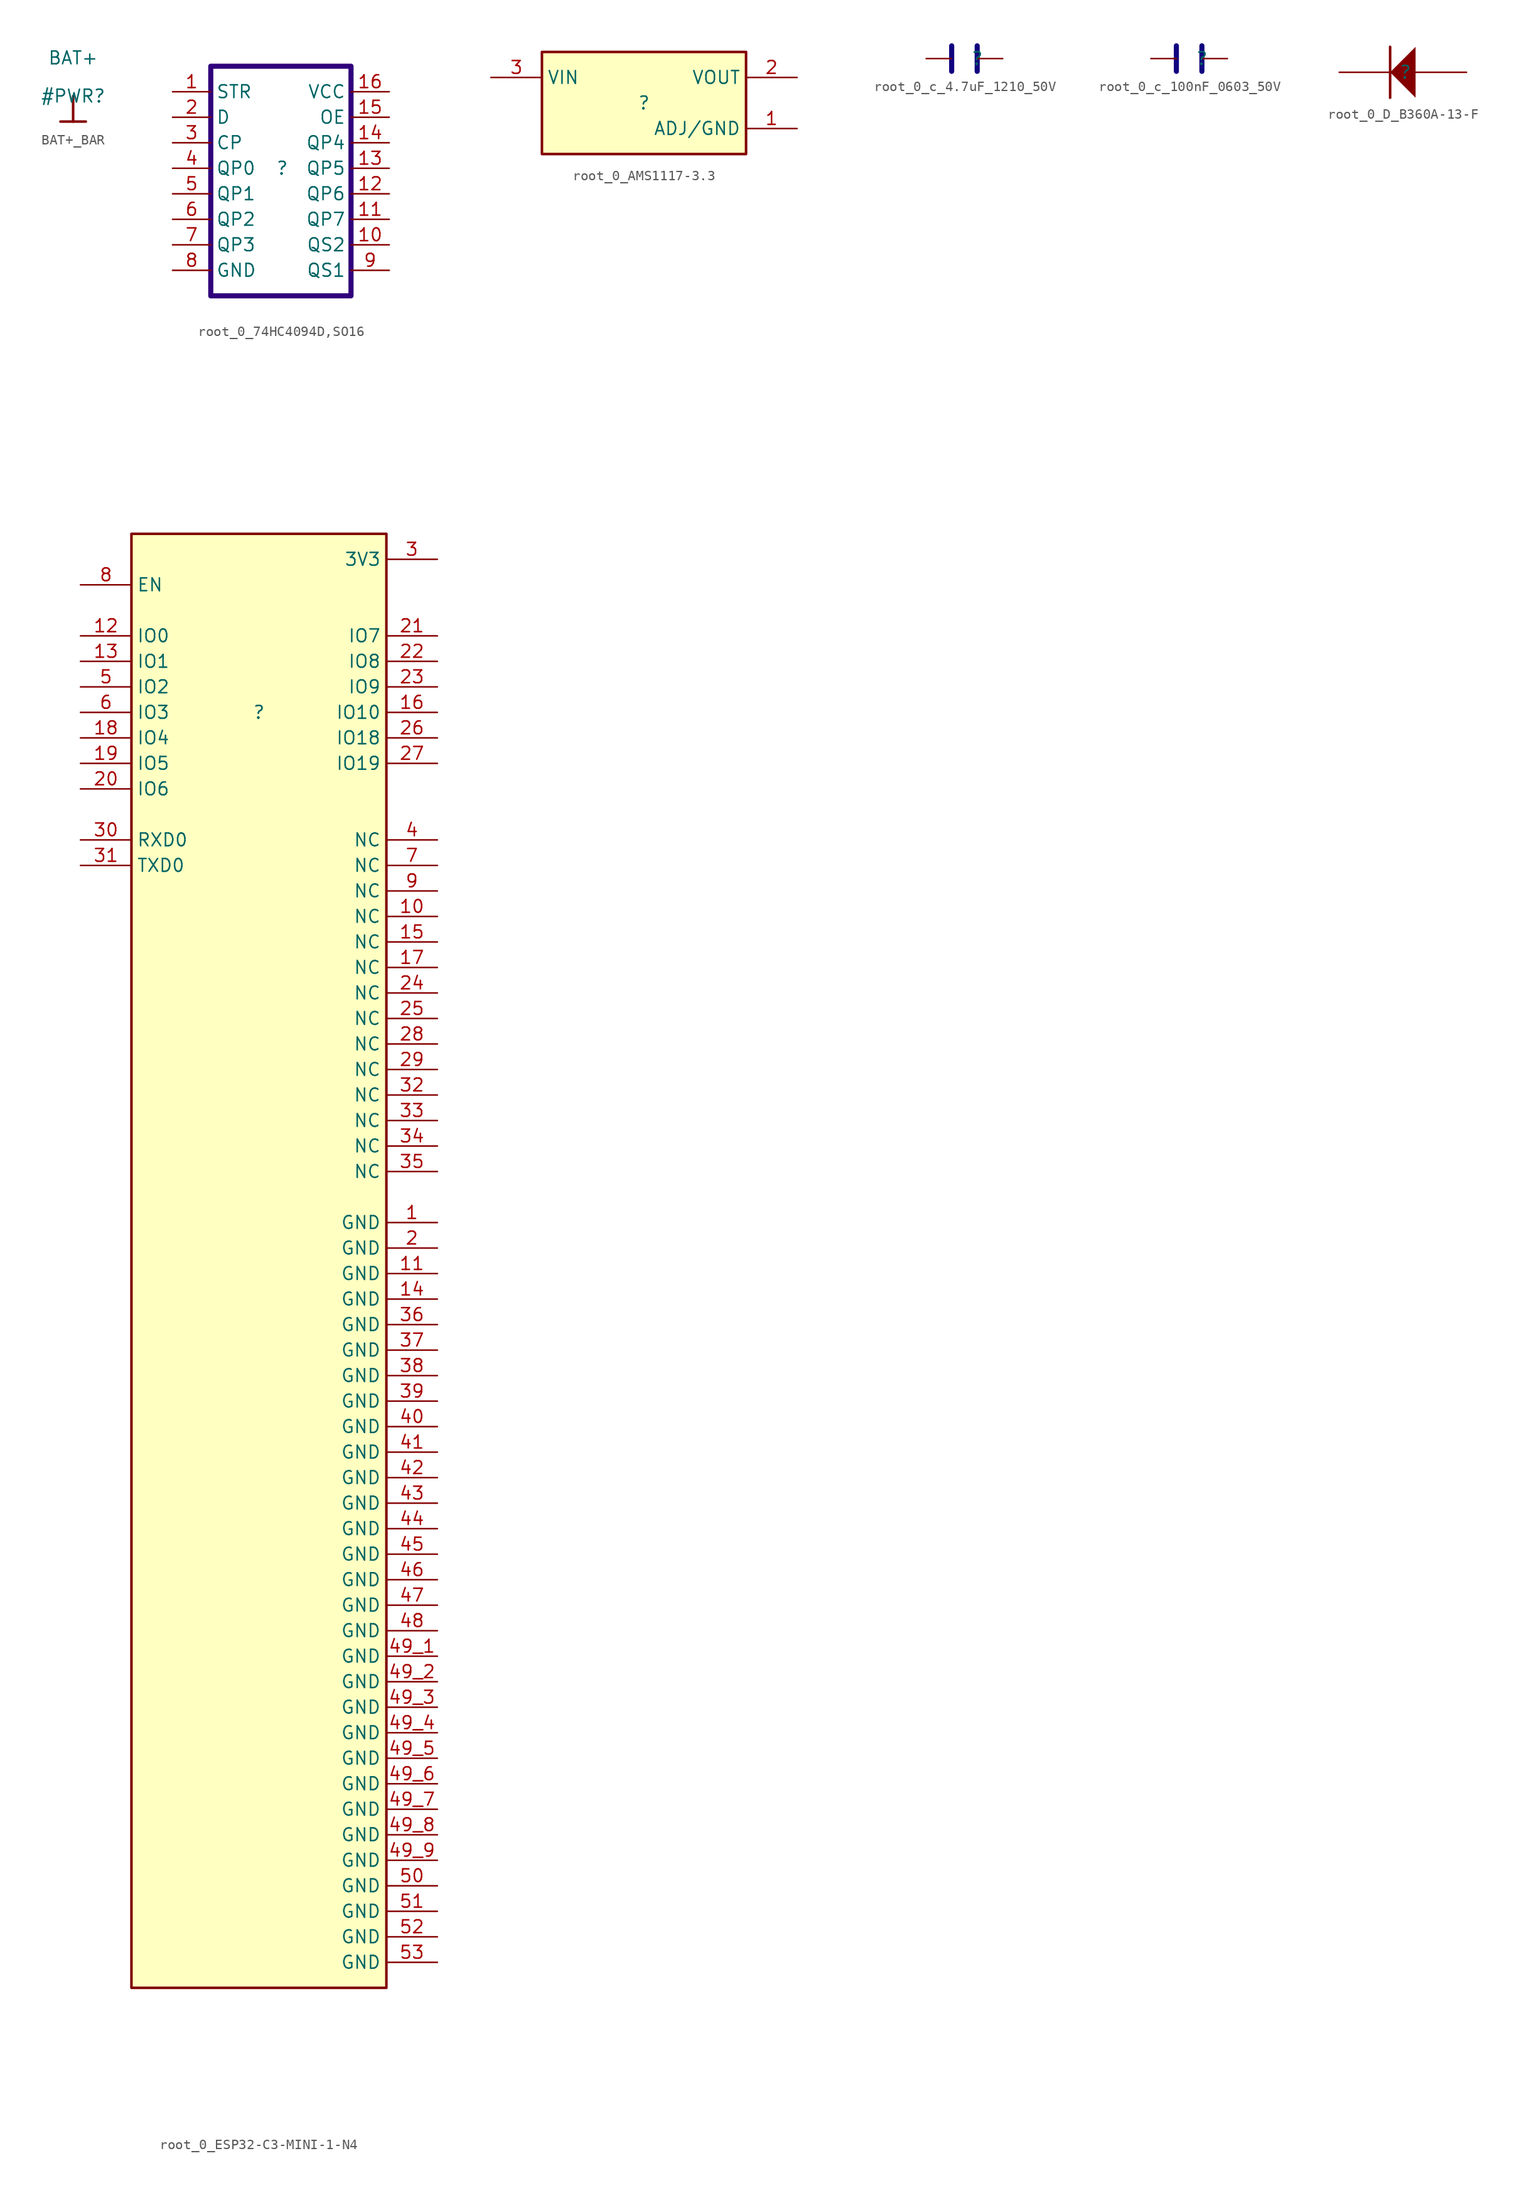
<source format=kicad_sym>
(kicad_symbol_lib
  (version 20231120)
  (generator "kicad_symbol_editor")
  (generator_version "8.0")
  (symbol "BAT+_BAR"
    (power)
    (property "Reference" "#PWR"
      (at 0 0 0)
      (effects (font (size 1.27 1.27))))
    (property "Value" "BAT+"
      (at 0 3.81 0)
      (effects (font (size 1.27 1.27))))
    (symbol "BAT+_BAR_0_0"
      (polyline (pts (xy -1.27 -2.54) (xy 1.27 -2.54)) (stroke (width 0.254) (type solid)) (fill (type none)))
      (polyline (pts (xy 0 0) (xy 0 -2.54)) (stroke (width 0.254) (type solid)) (fill (type none)))
      (pin power_in line (at 0 0 0) (length 0) hide (name "BAT+" (effects (font (size 1.27 1.27)))) (number "" (effects (font (size 1.27 1.27)))))))
  (symbol "root_0_74HC4094D,SO16"
    (property "Reference" ""
      (at 0 0 0)
      (effects (font (size 1.27 1.27))))
    (property "Value" ""
      (at 0 0 0)
      (effects (font (size 1.27 1.27))))
    (symbol "root_0_74HC4094D,SO16_1_0"
      (polyline (pts (xy 6.858 10.16) (xy 6.858 -12.7) (xy -7.112 -12.7) (xy -7.112 10.16) (xy 6.858 10.16)) (stroke (width 0.508) (type solid) (color 48 0 123 1)) (fill (type none)))
      (pin passive line (at -10.922 7.62 0) (length 3.81) (name "STR" (effects (font (size 1.27 1.27)))) (number "1" (effects (font (size 1.27 1.27)))))
      (pin passive line (at 10.668 -7.62 180) (length 3.81) (name "QS2" (effects (font (size 1.27 1.27)))) (number "10" (effects (font (size 1.27 1.27)))))
      (pin passive line (at 10.668 -5.08 180) (length 3.81) (name "QP7" (effects (font (size 1.27 1.27)))) (number "11" (effects (font (size 1.27 1.27)))))
      (pin passive line (at 10.668 -2.54 180) (length 3.81) (name "QP6" (effects (font (size 1.27 1.27)))) (number "12" (effects (font (size 1.27 1.27)))))
      (pin passive line (at 10.668 0 180) (length 3.81) (name "QP5" (effects (font (size 1.27 1.27)))) (number "13" (effects (font (size 1.27 1.27)))))
      (pin passive line (at 10.668 2.54 180) (length 3.81) (name "QP4" (effects (font (size 1.27 1.27)))) (number "14" (effects (font (size 1.27 1.27)))))
      (pin passive line (at 10.668 5.08 180) (length 3.81) (name "OE" (effects (font (size 1.27 1.27)))) (number "15" (effects (font (size 1.27 1.27)))))
      (pin passive line (at 10.668 7.62 180) (length 3.81) (name "VCC" (effects (font (size 1.27 1.27)))) (number "16" (effects (font (size 1.27 1.27)))))
      (pin passive line (at -10.922 5.08 0) (length 3.81) (name "D" (effects (font (size 1.27 1.27)))) (number "2" (effects (font (size 1.27 1.27)))))
      (pin passive line (at -10.922 2.54 0) (length 3.81) (name "CP" (effects (font (size 1.27 1.27)))) (number "3" (effects (font (size 1.27 1.27)))))
      (pin passive line (at -10.922 0 0) (length 3.81) (name "QP0" (effects (font (size 1.27 1.27)))) (number "4" (effects (font (size 1.27 1.27)))))
      (pin passive line (at -10.922 -2.54 0) (length 3.81) (name "QP1" (effects (font (size 1.27 1.27)))) (number "5" (effects (font (size 1.27 1.27)))))
      (pin passive line (at -10.922 -5.08 0) (length 3.81) (name "QP2" (effects (font (size 1.27 1.27)))) (number "6" (effects (font (size 1.27 1.27)))))
      (pin passive line (at -10.922 -7.62 0) (length 3.81) (name "QP3" (effects (font (size 1.27 1.27)))) (number "7" (effects (font (size 1.27 1.27)))))
      (pin passive line (at -10.922 -10.16 0) (length 3.81) (name "GND" (effects (font (size 1.27 1.27)))) (number "8" (effects (font (size 1.27 1.27)))))
      (pin passive line (at 10.668 -10.16 180) (length 3.81) (name "QS1" (effects (font (size 1.27 1.27)))) (number "9" (effects (font (size 1.27 1.27)))))))
  (symbol "root_0_AMS1117-3.3"
    (property "Reference" ""
      (at 0 0 0)
      (effects (font (size 1.27 1.27))))
    (property "Value" ""
      (at 0 0 0)
      (effects (font (size 1.27 1.27))))
    (symbol "root_0_AMS1117-3.3_1_0"
      (rectangle (start 10.16 5.08) (end -10.16 -5.08) (stroke (width 0.254) (type solid) (color 128 0 0 1)) (fill (type background)))
      (pin power_in line (at 15.24 -2.54 180) (length 5.08) (name "ADJ/GND" (effects (font (size 1.27 1.27)))) (number "1" (effects (font (size 1.27 1.27)))))
      (pin power_in line (at 15.24 2.54 180) (length 5.08) (name "VOUT" (effects (font (size 1.27 1.27)))) (number "2" (effects (font (size 1.27 1.27)))))
      (pin input line (at -15.24 2.54 0) (length 5.08) (name "VIN" (effects (font (size 1.27 1.27)))) (number "3" (effects (font (size 1.27 1.27)))))))
  (symbol "root_0_c_4.7uF_1210_50V"
    (property "Reference" ""
      (at 0 0 0)
      (effects (font (size 1.27 1.27))))
    (property "Value" ""
      (at 0 0 0)
      (effects (font (size 1.27 1.27))))
    (symbol "root_0_c_4.7uF_1210_50V_1_0"
      (polyline (pts (xy -2.54 1.27) (xy -2.54 -1.27)) (stroke (width 0.508) (type solid) (color 17 3 127 1)) (fill (type none)))
      (polyline (pts (xy 0 1.27) (xy 0 -1.27)) (stroke (width 0.508) (type solid) (color 17 3 127 1)) (fill (type none)))
      (pin passive line (at -5.08 0 0) (length 2.54) (name "" (effects (font (size 0 0)))) (number "1" (effects (font (size 0 0)))))
      (pin passive line (at 2.54 0 180) (length 2.54) (name "" (effects (font (size 0 0)))) (number "2" (effects (font (size 0 0)))))))
  (symbol "root_0_c_100nF_0603_50V"
    (property "Reference" ""
      (at 0 0 0)
      (effects (font (size 1.27 1.27))))
    (property "Value" ""
      (at 0 0 0)
      (effects (font (size 1.27 1.27))))
    (symbol "root_0_c_100nF_0603_50V_1_0"
      (polyline (pts (xy -2.54 1.27) (xy -2.54 -1.27)) (stroke (width 0.508) (type solid) (color 17 3 127 1)) (fill (type none)))
      (polyline (pts (xy 0 1.27) (xy 0 -1.27)) (stroke (width 0.508) (type solid) (color 17 3 127 1)) (fill (type none)))
      (pin passive line (at -5.08 0 0) (length 2.54) (name "" (effects (font (size 0 0)))) (number "1" (effects (font (size 0 0)))))
      (pin passive line (at 2.54 0 180) (length 2.54) (name "" (effects (font (size 0 0)))) (number "2" (effects (font (size 0 0)))))))
  (symbol "root_0_D_B360A-13-F"
    (property "Reference" ""
      (at 0 0 0)
      (effects (font (size 1.27 1.27))))
    (property "Value" ""
      (at 0 0 0)
      (effects (font (size 1.27 1.27))))
    (symbol "root_0_D_B360A-13-F_1_0"
      (polyline (pts (xy -1.524 2.54) (xy -1.524 -2.54)) (stroke (width 0.254) (type solid)) (fill (type none)))
      (polyline (pts (xy 1.016 2.54) (xy -1.524 0) (xy 1.016 -2.54) (xy 1.016 2.54)) (stroke (width -0.0001) (type solid)) (fill (type outline)))
      (pin passive line (at 6.096 0 180) (length 5.08) (name "A" (effects (font (size 0 0)))) (number "A" (effects (font (size 0 0)))))
      (pin passive line (at -6.604 0 0) (length 5.08) (name "K" (effects (font (size 0 0)))) (number "K" (effects (font (size 0 0)))))))
  (symbol "root_0_ESP32-C3-MINI-1-N4"
    (property "Reference" ""
      (at 0 0 0)
      (effects (font (size 1.27 1.27))))
    (property "Value" ""
      (at 0 0 0)
      (effects (font (size 1.27 1.27))))
    (symbol "root_0_ESP32-C3-MINI-1-N4_1_0"
      (rectangle (start 12.7 17.78) (end -12.7 -127) (stroke (width 0.254) (type solid) (color 128 0 0 1)) (fill (type background)))
      (pin power_in line (at 17.78 -50.8 180) (length 5.08) (name "GND" (effects (font (size 1.27 1.27)))) (number "1" (effects (font (size 1.27 1.27)))))
      (pin passive line (at 17.78 -20.32 180) (length 5.08) (name "NC" (effects (font (size 1.27 1.27)))) (number "10" (effects (font (size 1.27 1.27)))))
      (pin power_in line (at 17.78 -55.88 180) (length 5.08) (name "GND" (effects (font (size 1.27 1.27)))) (number "11" (effects (font (size 1.27 1.27)))))
      (pin bidirectional line (at -17.78 7.62 0) (length 5.08) (name "IO0" (effects (font (size 1.27 1.27)))) (number "12" (effects (font (size 1.27 1.27)))))
      (pin bidirectional line (at -17.78 5.08 0) (length 5.08) (name "IO1" (effects (font (size 1.27 1.27)))) (number "13" (effects (font (size 1.27 1.27)))))
      (pin power_in line (at 17.78 -58.42 180) (length 5.08) (name "GND" (effects (font (size 1.27 1.27)))) (number "14" (effects (font (size 1.27 1.27)))))
      (pin passive line (at 17.78 -22.86 180) (length 5.08) (name "NC" (effects (font (size 1.27 1.27)))) (number "15" (effects (font (size 1.27 1.27)))))
      (pin bidirectional line (at 17.78 0 180) (length 5.08) (name "IO10" (effects (font (size 1.27 1.27)))) (number "16" (effects (font (size 1.27 1.27)))))
      (pin passive line (at 17.78 -25.4 180) (length 5.08) (name "NC" (effects (font (size 1.27 1.27)))) (number "17" (effects (font (size 1.27 1.27)))))
      (pin bidirectional line (at -17.78 -2.54 0) (length 5.08) (name "IO4" (effects (font (size 1.27 1.27)))) (number "18" (effects (font (size 1.27 1.27)))))
      (pin bidirectional line (at -17.78 -5.08 0) (length 5.08) (name "IO5" (effects (font (size 1.27 1.27)))) (number "19" (effects (font (size 1.27 1.27)))))
      (pin power_in line (at 17.78 -53.34 180) (length 5.08) (name "GND" (effects (font (size 1.27 1.27)))) (number "2" (effects (font (size 1.27 1.27)))))
      (pin bidirectional line (at -17.78 -7.62 0) (length 5.08) (name "IO6" (effects (font (size 1.27 1.27)))) (number "20" (effects (font (size 1.27 1.27)))))
      (pin bidirectional line (at 17.78 7.62 180) (length 5.08) (name "IO7" (effects (font (size 1.27 1.27)))) (number "21" (effects (font (size 1.27 1.27)))))
      (pin bidirectional line (at 17.78 5.08 180) (length 5.08) (name "IO8" (effects (font (size 1.27 1.27)))) (number "22" (effects (font (size 1.27 1.27)))))
      (pin bidirectional line (at 17.78 2.54 180) (length 5.08) (name "IO9" (effects (font (size 1.27 1.27)))) (number "23" (effects (font (size 1.27 1.27)))))
      (pin passive line (at 17.78 -27.94 180) (length 5.08) (name "NC" (effects (font (size 1.27 1.27)))) (number "24" (effects (font (size 1.27 1.27)))))
      (pin passive line (at 17.78 -30.48 180) (length 5.08) (name "NC" (effects (font (size 1.27 1.27)))) (number "25" (effects (font (size 1.27 1.27)))))
      (pin bidirectional line (at 17.78 -2.54 180) (length 5.08) (name "IO18" (effects (font (size 1.27 1.27)))) (number "26" (effects (font (size 1.27 1.27)))))
      (pin bidirectional line (at 17.78 -5.08 180) (length 5.08) (name "IO19" (effects (font (size 1.27 1.27)))) (number "27" (effects (font (size 1.27 1.27)))))
      (pin passive line (at 17.78 -33.02 180) (length 5.08) (name "NC" (effects (font (size 1.27 1.27)))) (number "28" (effects (font (size 1.27 1.27)))))
      (pin passive line (at 17.78 -35.56 180) (length 5.08) (name "NC" (effects (font (size 1.27 1.27)))) (number "29" (effects (font (size 1.27 1.27)))))
      (pin power_in line (at 17.78 15.24 180) (length 5.08) (name "3V3" (effects (font (size 1.27 1.27)))) (number "3" (effects (font (size 1.27 1.27)))))
      (pin bidirectional line (at -17.78 -12.7 0) (length 5.08) (name "RXD0" (effects (font (size 1.27 1.27)))) (number "30" (effects (font (size 1.27 1.27)))))
      (pin bidirectional line (at -17.78 -15.24 0) (length 5.08) (name "TXD0" (effects (font (size 1.27 1.27)))) (number "31" (effects (font (size 1.27 1.27)))))
      (pin passive line (at 17.78 -38.1 180) (length 5.08) (name "NC" (effects (font (size 1.27 1.27)))) (number "32" (effects (font (size 1.27 1.27)))))
      (pin passive line (at 17.78 -40.64 180) (length 5.08) (name "NC" (effects (font (size 1.27 1.27)))) (number "33" (effects (font (size 1.27 1.27)))))
      (pin passive line (at 17.78 -43.18 180) (length 5.08) (name "NC" (effects (font (size 1.27 1.27)))) (number "34" (effects (font (size 1.27 1.27)))))
      (pin passive line (at 17.78 -45.72 180) (length 5.08) (name "NC" (effects (font (size 1.27 1.27)))) (number "35" (effects (font (size 1.27 1.27)))))
      (pin power_in line (at 17.78 -60.96 180) (length 5.08) (name "GND" (effects (font (size 1.27 1.27)))) (number "36" (effects (font (size 1.27 1.27)))))
      (pin power_in line (at 17.78 -63.5 180) (length 5.08) (name "GND" (effects (font (size 1.27 1.27)))) (number "37" (effects (font (size 1.27 1.27)))))
      (pin power_in line (at 17.78 -66.04 180) (length 5.08) (name "GND" (effects (font (size 1.27 1.27)))) (number "38" (effects (font (size 1.27 1.27)))))
      (pin power_in line (at 17.78 -68.58 180) (length 5.08) (name "GND" (effects (font (size 1.27 1.27)))) (number "39" (effects (font (size 1.27 1.27)))))
      (pin passive line (at 17.78 -12.7 180) (length 5.08) (name "NC" (effects (font (size 1.27 1.27)))) (number "4" (effects (font (size 1.27 1.27)))))
      (pin power_in line (at 17.78 -71.12 180) (length 5.08) (name "GND" (effects (font (size 1.27 1.27)))) (number "40" (effects (font (size 1.27 1.27)))))
      (pin power_in line (at 17.78 -73.66 180) (length 5.08) (name "GND" (effects (font (size 1.27 1.27)))) (number "41" (effects (font (size 1.27 1.27)))))
      (pin power_in line (at 17.78 -76.2 180) (length 5.08) (name "GND" (effects (font (size 1.27 1.27)))) (number "42" (effects (font (size 1.27 1.27)))))
      (pin power_in line (at 17.78 -78.74 180) (length 5.08) (name "GND" (effects (font (size 1.27 1.27)))) (number "43" (effects (font (size 1.27 1.27)))))
      (pin power_in line (at 17.78 -81.28 180) (length 5.08) (name "GND" (effects (font (size 1.27 1.27)))) (number "44" (effects (font (size 1.27 1.27)))))
      (pin power_in line (at 17.78 -83.82 180) (length 5.08) (name "GND" (effects (font (size 1.27 1.27)))) (number "45" (effects (font (size 1.27 1.27)))))
      (pin power_in line (at 17.78 -86.36 180) (length 5.08) (name "GND" (effects (font (size 1.27 1.27)))) (number "46" (effects (font (size 1.27 1.27)))))
      (pin power_in line (at 17.78 -88.9 180) (length 5.08) (name "GND" (effects (font (size 1.27 1.27)))) (number "47" (effects (font (size 1.27 1.27)))))
      (pin power_in line (at 17.78 -91.44 180) (length 5.08) (name "GND" (effects (font (size 1.27 1.27)))) (number "48" (effects (font (size 1.27 1.27)))))
      (pin power_in line (at 17.78 -93.98 180) (length 5.08) (name "GND" (effects (font (size 1.27 1.27)))) (number "49_1" (effects (font (size 1.27 1.27)))))
      (pin power_in line (at 17.78 -96.52 180) (length 5.08) (name "GND" (effects (font (size 1.27 1.27)))) (number "49_2" (effects (font (size 1.27 1.27)))))
      (pin power_in line (at 17.78 -99.06 180) (length 5.08) (name "GND" (effects (font (size 1.27 1.27)))) (number "49_3" (effects (font (size 1.27 1.27)))))
      (pin power_in line (at 17.78 -101.6 180) (length 5.08) (name "GND" (effects (font (size 1.27 1.27)))) (number "49_4" (effects (font (size 1.27 1.27)))))
      (pin power_in line (at 17.78 -104.14 180) (length 5.08) (name "GND" (effects (font (size 1.27 1.27)))) (number "49_5" (effects (font (size 1.27 1.27)))))
      (pin power_in line (at 17.78 -106.68 180) (length 5.08) (name "GND" (effects (font (size 1.27 1.27)))) (number "49_6" (effects (font (size 1.27 1.27)))))
      (pin power_in line (at 17.78 -109.22 180) (length 5.08) (name "GND" (effects (font (size 1.27 1.27)))) (number "49_7" (effects (font (size 1.27 1.27)))))
      (pin power_in line (at 17.78 -111.76 180) (length 5.08) (name "GND" (effects (font (size 1.27 1.27)))) (number "49_8" (effects (font (size 1.27 1.27)))))
      (pin power_in line (at 17.78 -114.3 180) (length 5.08) (name "GND" (effects (font (size 1.27 1.27)))) (number "49_9" (effects (font (size 1.27 1.27)))))
      (pin bidirectional line (at -17.78 2.54 0) (length 5.08) (name "IO2" (effects (font (size 1.27 1.27)))) (number "5" (effects (font (size 1.27 1.27)))))
      (pin power_in line (at 17.78 -116.84 180) (length 5.08) (name "GND" (effects (font (size 1.27 1.27)))) (number "50" (effects (font (size 1.27 1.27)))))
      (pin power_in line (at 17.78 -119.38 180) (length 5.08) (name "GND" (effects (font (size 1.27 1.27)))) (number "51" (effects (font (size 1.27 1.27)))))
      (pin power_in line (at 17.78 -121.92 180) (length 5.08) (name "GND" (effects (font (size 1.27 1.27)))) (number "52" (effects (font (size 1.27 1.27)))))
      (pin power_in line (at 17.78 -124.46 180) (length 5.08) (name "GND" (effects (font (size 1.27 1.27)))) (number "53" (effects (font (size 1.27 1.27)))))
      (pin bidirectional line (at -17.78 0 0) (length 5.08) (name "IO3" (effects (font (size 1.27 1.27)))) (number "6" (effects (font (size 1.27 1.27)))))
      (pin passive line (at 17.78 -15.24 180) (length 5.08) (name "NC" (effects (font (size 1.27 1.27)))) (number "7" (effects (font (size 1.27 1.27)))))
      (pin input line (at -17.78 12.7 0) (length 5.08) (name "EN" (effects (font (size 1.27 1.27)))) (number "8" (effects (font (size 1.27 1.27)))))
      (pin passive line (at 17.78 -17.78 180) (length 5.08) (name "NC" (effects (font (size 1.27 1.27)))) (number "9" (effects (font (size 1.27 1.27))))))))
</source>
